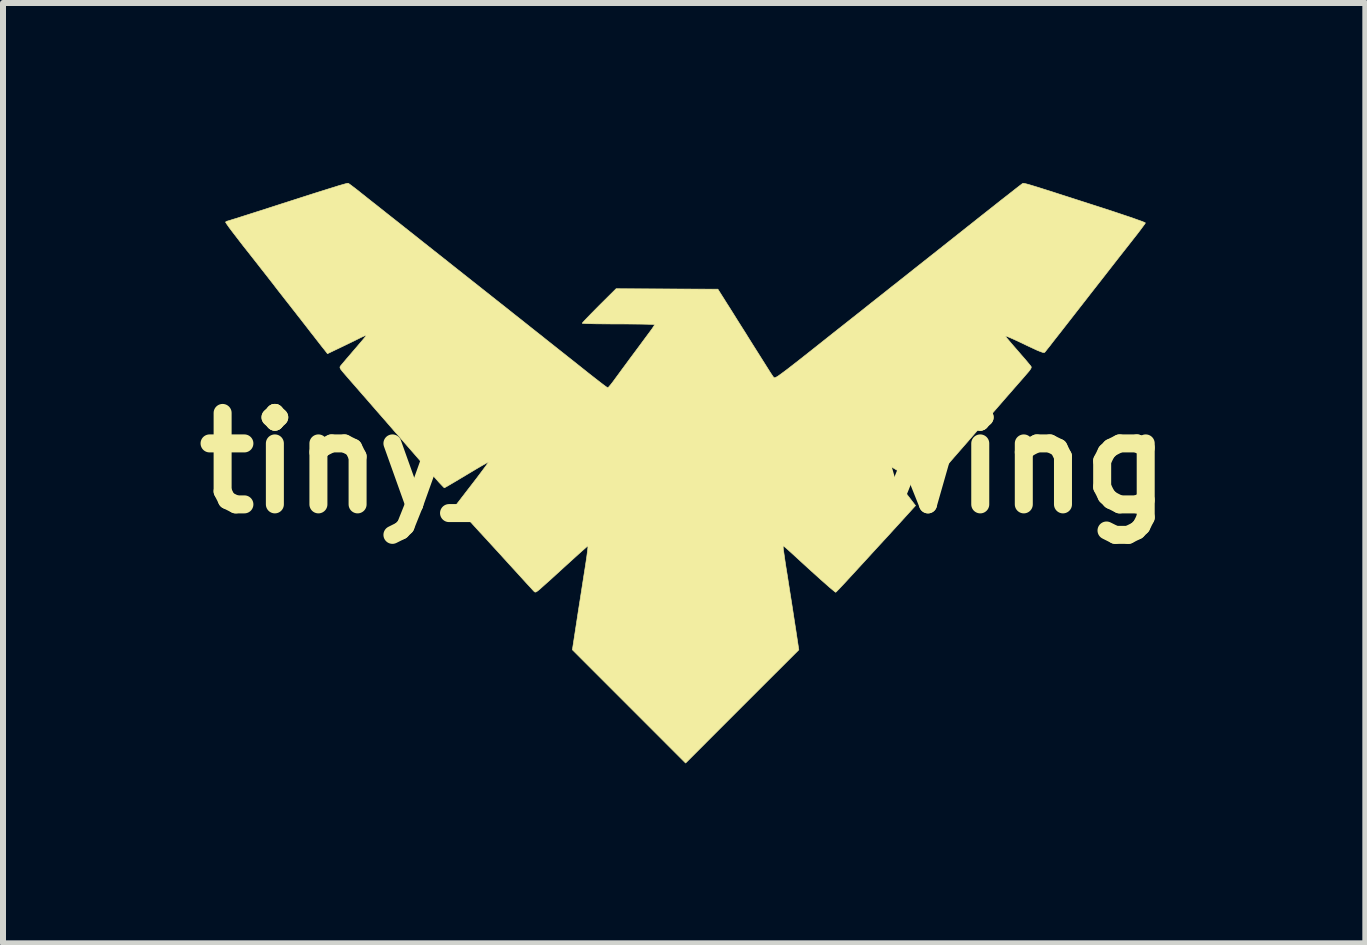
<source format=kicad_pcb>
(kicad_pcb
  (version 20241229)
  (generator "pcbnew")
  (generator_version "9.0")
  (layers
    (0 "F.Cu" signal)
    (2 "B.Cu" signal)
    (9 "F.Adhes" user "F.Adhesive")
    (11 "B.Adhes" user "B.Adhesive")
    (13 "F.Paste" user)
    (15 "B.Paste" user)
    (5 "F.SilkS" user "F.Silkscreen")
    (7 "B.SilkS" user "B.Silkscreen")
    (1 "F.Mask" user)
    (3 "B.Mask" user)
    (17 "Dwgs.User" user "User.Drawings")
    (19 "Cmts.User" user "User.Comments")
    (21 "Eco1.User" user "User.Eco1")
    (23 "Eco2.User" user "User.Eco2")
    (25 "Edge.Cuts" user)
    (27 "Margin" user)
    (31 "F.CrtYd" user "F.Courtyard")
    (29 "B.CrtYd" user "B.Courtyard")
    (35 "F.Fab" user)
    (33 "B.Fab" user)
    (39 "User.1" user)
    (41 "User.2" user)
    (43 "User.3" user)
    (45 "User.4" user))
  (footprint "tiny_nightwing"
    (layer "F.Cu")
    (at 8.353 4.667)
    (property "Reference" "tiny_nightwing" (at 0 0 0) (layer "F.SilkS") (effects (font (size 1.524 1.524) (thickness 0.3))))
    (attr through_hole)
    (fp_poly (pts (xy -5.598 -4.662) (xy -5.58 -4.65) (xy -5.542 -4.622) (xy -5.489 -4.582) (xy -5.426 -4.533) (xy -5.403 -4.514) (xy -5.333 -4.459) (xy -5.267 -4.406) (xy -5.211 -4.362) (xy -5.171 -4.33) (xy -5.165 -4.326) (xy -5.142 -4.308) (xy -5.097 -4.272) (xy -5.031 -4.22) (xy -4.947 -4.153) (xy -4.848 -4.075) (xy -4.735 -3.986) (xy -4.612 -3.888) (xy -4.48 -3.784) (xy -4.342 -3.674) (xy -4.326 -3.662) (xy -4.171 -3.539) (xy -4.009 -3.411) (xy -3.844 -3.28) (xy -3.681 -3.151) (xy -3.523 -3.026) (xy -3.375 -2.909) (xy -3.241 -2.803) (xy -3.126 -2.712) (xy -3.073 -2.67) (xy -2.955 -2.577) (xy -2.836 -2.482) (xy -2.719 -2.39) (xy -2.61 -2.303) (xy -2.513 -2.226) (xy -2.432 -2.162) (xy -2.382 -2.123) (xy -2.295 -2.053) (xy -2.2 -1.978) (xy -2.108 -1.905) (xy -2.027 -1.841) (xy -2 -1.82) (xy -1.935 -1.768) (xy -1.851 -1.702) (xy -1.757 -1.627) (xy -1.66 -1.55) (xy -1.566 -1.475) (xy -1.56 -1.471) (xy -1.48 -1.408) (xy -1.408 -1.352) (xy -1.348 -1.306) (xy -1.303 -1.273) (xy -1.278 -1.256) (xy -1.274 -1.254) (xy -1.259 -1.266) (xy -1.231 -1.298) (xy -1.195 -1.344) (xy -1.182 -1.361) (xy -1.15 -1.405) (xy -1.102 -1.47) (xy -1.043 -1.551) (xy -0.974 -1.644) (xy -0.9 -1.745) (xy -0.823 -1.848) (xy -0.748 -1.949) (xy -0.678 -2.044) (xy -0.615 -2.129) (xy -0.569 -2.191) (xy -0.533 -2.24) (xy -0.507 -2.28) (xy -0.493 -2.303) (xy -0.492 -2.306) (xy -0.508 -2.309) (xy -0.551 -2.311) (xy -0.62 -2.313) (xy -0.709 -2.315) (xy -0.817 -2.316) (xy -0.939 -2.317) (xy -1.073 -2.318) (xy -1.095 -2.318) (xy -1.23 -2.318) (xy -1.355 -2.319) (xy -1.465 -2.32) (xy -1.558 -2.322) (xy -1.63 -2.324) (xy -1.678 -2.327) (xy -1.698 -2.329) (xy -1.699 -2.33) (xy -1.688 -2.344) (xy -1.658 -2.377) (xy -1.611 -2.426) (xy -1.55 -2.489) (xy -1.479 -2.561) (xy -1.417 -2.624) (xy -1.134 -2.905) (xy -0.286 -2.901) (xy 0.562 -2.897) (xy 0.672 -2.723) (xy 0.709 -2.664) (xy 0.76 -2.584) (xy 0.821 -2.487) (xy 0.889 -2.378) (xy 0.961 -2.264) (xy 1.034 -2.149) (xy 1.052 -2.119) (xy 1.146 -1.969) (xy 1.225 -1.844) (xy 1.29 -1.741) (xy 1.343 -1.657) (xy 1.384 -1.592) (xy 1.416 -1.541) (xy 1.44 -1.503) (xy 1.458 -1.476) (xy 1.47 -1.458) (xy 1.479 -1.445) (xy 1.486 -1.436) (xy 1.492 -1.428) (xy 1.498 -1.423) (xy 1.506 -1.421) (xy 1.519 -1.424) (xy 1.538 -1.433) (xy 1.565 -1.449) (xy 1.601 -1.475) (xy 1.649 -1.51) (xy 1.711 -1.556) (xy 1.787 -1.615) (xy 1.881 -1.688) (xy 1.993 -1.776) (xy 2.126 -1.881) (xy 2.281 -2.004) (xy 2.349 -2.058) (xy 2.504 -2.181) (xy 2.661 -2.305) (xy 2.818 -2.429) (xy 2.97 -2.549) (xy 3.114 -2.664) (xy 3.247 -2.769) (xy 3.366 -2.863) (xy 3.466 -2.943) (xy 3.546 -3.005) (xy 3.548 -3.007) (xy 3.626 -3.069) (xy 3.726 -3.148) (xy 3.843 -3.241) (xy 3.976 -3.346) (xy 4.12 -3.46) (xy 4.272 -3.58) (xy 4.428 -3.704) (xy 4.586 -3.829) (xy 4.742 -3.953) (xy 4.758 -3.965) (xy 4.901 -4.079) (xy 5.038 -4.187) (xy 5.166 -4.288) (xy 5.282 -4.38) (xy 5.386 -4.461) (xy 5.474 -4.53) (xy 5.545 -4.586) (xy 5.596 -4.625) (xy 5.626 -4.648) (xy 5.632 -4.653) (xy 5.637 -4.656) (xy 5.642 -4.659) (xy 5.649 -4.661) (xy 5.66 -4.661) (xy 5.676 -4.658) (xy 5.7 -4.653) (xy 5.734 -4.644) (xy 5.779 -4.631) (xy 5.838 -4.613) (xy 5.913 -4.59) (xy 6.004 -4.561) (xy 6.116 -4.526) (xy 6.248 -4.483) (xy 6.404 -4.433) (xy 6.584 -4.375) (xy 6.792 -4.308) (xy 6.929 -4.264) (xy 7.081 -4.215) (xy 7.222 -4.168) (xy 7.35 -4.125) (xy 7.461 -4.088) (xy 7.552 -4.055) (xy 7.623 -4.03) (xy 7.668 -4.012) (xy 7.687 -4.002) (xy 7.687 -4.001) (xy 7.677 -3.984) (xy 7.649 -3.946) (xy 7.609 -3.892) (xy 7.559 -3.826) (xy 7.512 -3.766) (xy 7.393 -3.614) (xy 7.259 -3.444) (xy 7.11 -3.253) (xy 6.944 -3.04) (xy 6.76 -2.805) (xy 6.684 -2.707) (xy 6.552 -2.538) (xy 6.439 -2.393) (xy 6.343 -2.27) (xy 6.262 -2.166) (xy 6.195 -2.081) (xy 6.141 -2.012) (xy 6.099 -1.957) (xy 6.066 -1.916) (xy 6.042 -1.886) (xy 6.026 -1.865) (xy 6.015 -1.852) (xy 6.009 -1.845) (xy 5.998 -1.841) (xy 5.975 -1.844) (xy 5.938 -1.857) (xy 5.883 -1.879) (xy 5.808 -1.914) (xy 5.709 -1.96) (xy 5.662 -1.983) (xy 5.561 -2.031) (xy 5.478 -2.069) (xy 5.413 -2.097) (xy 5.371 -2.113) (xy 5.353 -2.116) (xy 5.353 -2.113) (xy 5.37 -2.092) (xy 5.404 -2.052) (xy 5.451 -1.996) (xy 5.508 -1.93) (xy 5.564 -1.866) (xy 5.626 -1.794) (xy 5.683 -1.729) (xy 5.729 -1.674) (xy 5.761 -1.635) (xy 5.776 -1.617) (xy 5.783 -1.606) (xy 5.785 -1.595) (xy 5.781 -1.58) (xy 5.768 -1.558) (xy 5.744 -1.526) (xy 5.705 -1.481) (xy 5.651 -1.418) (xy 5.579 -1.336) (xy 5.57 -1.326) (xy 5.545 -1.297) (xy 5.501 -1.247) (xy 5.442 -1.179) (xy 5.368 -1.095) (xy 5.284 -0.998) (xy 5.19 -0.89) (xy 5.09 -0.776) (xy 4.986 -0.656) (xy 4.881 -0.535) (xy 4.776 -0.414) (xy 4.674 -0.297) (xy 4.577 -0.186) (xy 4.488 -0.084) (xy 4.41 0.006) (xy 4.344 0.082) (xy 4.342 0.084) (xy 4.267 0.17) (xy 4.199 0.248) (xy 4.139 0.314) (xy 4.092 0.366) (xy 4.06 0.4) (xy 4.045 0.413) (xy 4.045 0.413) (xy 4.029 0.405) (xy 3.989 0.383) (xy 3.93 0.348) (xy 3.855 0.304) (xy 3.768 0.253) (xy 3.695 0.209) (xy 3.6 0.151) (xy 3.512 0.099) (xy 3.436 0.053) (xy 3.376 0.017) (xy 3.335 -0.007) (xy 3.32 -0.015) (xy 3.312 -0.013) (xy 3.325 0.012) (xy 3.358 0.06) (xy 3.404 0.122) (xy 3.458 0.191) (xy 3.524 0.277) (xy 3.595 0.369) (xy 3.664 0.46) (xy 3.69 0.494) (xy 3.856 0.71) (xy 3.569 1.026) (xy 3.482 1.121) (xy 3.393 1.219) (xy 3.306 1.313) (xy 3.227 1.399) (xy 3.161 1.471) (xy 3.127 1.508) (xy 3.065 1.576) (xy 2.989 1.659) (xy 2.904 1.751) (xy 2.82 1.843) (xy 2.755 1.913) (xy 2.689 1.985) (xy 2.629 2.049) (xy 2.58 2.101) (xy 2.545 2.137) (xy 2.527 2.154) (xy 2.526 2.155) (xy 2.512 2.146) (xy 2.477 2.117) (xy 2.423 2.072) (xy 2.354 2.011) (xy 2.271 1.938) (xy 2.178 1.854) (xy 2.076 1.762) (xy 1.969 1.664) (xy 1.858 1.562) (xy 1.787 1.497) (xy 1.735 1.45) (xy 1.692 1.412) (xy 1.662 1.388) (xy 1.651 1.381) (xy 1.65 1.384) (xy 1.649 1.394) (xy 1.651 1.414) (xy 1.654 1.446) (xy 1.661 1.492) (xy 1.67 1.555) (xy 1.682 1.638) (xy 1.698 1.743) (xy 1.719 1.872) (xy 1.743 2.027) (xy 1.77 2.199) (xy 1.786 2.299) (xy 1.805 2.42) (xy 1.825 2.551) (xy 1.845 2.681) (xy 1.861 2.783) (xy 1.911 3.114) (xy 0.967 4.057) (xy 0.024 5.001) (xy -1.863 3.113) (xy -1.788 2.624) (xy -1.766 2.479) (xy -1.741 2.321) (xy -1.716 2.161) (xy -1.692 2.006) (xy -1.67 1.865) (xy -1.653 1.758) (xy -1.637 1.653) (xy -1.623 1.559) (xy -1.613 1.481) (xy -1.606 1.423) (xy -1.603 1.389) (xy -1.603 1.381) (xy -1.617 1.391) (xy -1.651 1.421) (xy -1.702 1.466) (xy -1.768 1.525) (xy -1.845 1.595) (xy -1.931 1.673) (xy -1.961 1.7) (xy -2.054 1.785) (xy -2.143 1.866) (xy -2.225 1.941) (xy -2.297 2.005) (xy -2.353 2.055) (xy -2.39 2.088) (xy -2.394 2.092) (xy -2.438 2.129) (xy -2.466 2.148) (xy -2.484 2.152) (xy -2.499 2.143) (xy -2.507 2.134) (xy -2.526 2.114) (xy -2.562 2.074) (xy -2.614 2.018) (xy -2.677 1.949) (xy -2.748 1.871) (xy -2.807 1.806) (xy -2.895 1.71) (xy -2.997 1.598) (xy -3.107 1.477) (xy -3.22 1.354) (xy -3.328 1.236) (xy -3.403 1.155) (xy -3.486 1.064) (xy -3.564 0.978) (xy -3.634 0.901) (xy -3.692 0.837) (xy -3.736 0.788) (xy -3.763 0.758) (xy -3.767 0.754) (xy -3.807 0.706) (xy -3.532 0.349) (xy -3.461 0.257) (xy -3.398 0.173) (xy -3.344 0.101) (xy -3.302 0.044) (xy -3.274 0.005) (xy -3.263 -0.013) (xy -3.263 -0.014) (xy -3.278 -0.008) (xy -3.316 0.013) (xy -3.374 0.046) (xy -3.448 0.089) (xy -3.535 0.141) (xy -3.627 0.196) (xy -3.724 0.254) (xy -3.811 0.306) (xy -3.886 0.35) (xy -3.944 0.384) (xy -3.983 0.406) (xy -3.998 0.413) (xy -4.011 0.401) (xy -4.042 0.369) (xy -4.088 0.32) (xy -4.144 0.256) (xy -4.209 0.183) (xy -4.239 0.147) (xy -4.312 0.064) (xy -4.399 -0.037) (xy -4.497 -0.15) (xy -4.6 -0.268) (xy -4.702 -0.385) (xy -4.798 -0.496) (xy -4.802 -0.499) (xy -4.896 -0.608) (xy -4.996 -0.723) (xy -5.096 -0.837) (xy -5.191 -0.946) (xy -5.275 -1.043) (xy -5.344 -1.122) (xy -5.349 -1.127) (xy -5.421 -1.21) (xy -5.493 -1.293) (xy -5.56 -1.369) (xy -5.616 -1.434) (xy -5.656 -1.48) (xy -5.657 -1.481) (xy -5.701 -1.533) (xy -5.727 -1.567) (xy -5.737 -1.59) (xy -5.734 -1.607) (xy -5.729 -1.615) (xy -5.712 -1.636) (xy -5.678 -1.676) (xy -5.631 -1.732) (xy -5.574 -1.798) (xy -5.517 -1.865) (xy -5.454 -1.938) (xy -5.398 -2.004) (xy -5.351 -2.059) (xy -5.318 -2.099) (xy -5.303 -2.117) (xy -5.303 -2.126) (xy -5.33 -2.118) (xy -5.384 -2.094) (xy -5.424 -2.074) (xy -5.498 -2.037) (xy -5.589 -1.993) (xy -5.684 -1.947) (xy -5.757 -1.912) (xy -5.945 -1.822) (xy -5.98 -1.868) (xy -6.002 -1.896) (xy -6.04 -1.943) (xy -6.088 -2.005) (xy -6.142 -2.074) (xy -6.171 -2.112) (xy -6.228 -2.184) (xy -6.281 -2.253) (xy -6.326 -2.311) (xy -6.359 -2.353) (xy -6.369 -2.366) (xy -6.394 -2.399) (xy -6.435 -2.45) (xy -6.484 -2.514) (xy -6.538 -2.582) (xy -6.548 -2.596) (xy -6.613 -2.678) (xy -6.688 -2.774) (xy -6.764 -2.871) (xy -6.831 -2.958) (xy -6.831 -2.959) (xy -6.897 -3.043) (xy -6.97 -3.137) (xy -7.041 -3.227) (xy -7.102 -3.305) (xy -7.104 -3.308) (xy -7.24 -3.481) (xy -7.357 -3.629) (xy -7.453 -3.754) (xy -7.53 -3.854) (xy -7.587 -3.93) (xy -7.624 -3.983) (xy -7.642 -4.011) (xy -7.643 -4.017) (xy -7.624 -4.029) (xy -7.6 -4.036) (xy -7.578 -4.042) (xy -7.529 -4.058) (xy -7.456 -4.08) (xy -7.363 -4.11) (xy -7.253 -4.145) (xy -7.131 -4.184) (xy -6.998 -4.226) (xy -6.937 -4.246) (xy -6.702 -4.322) (xy -6.496 -4.388) (xy -6.316 -4.446) (xy -6.16 -4.496) (xy -6.029 -4.537) (xy -5.918 -4.572) (xy -5.827 -4.6) (xy -5.755 -4.623) (xy -5.698 -4.639) (xy -5.656 -4.651) (xy -5.626 -4.659) (xy -5.608 -4.662) (xy -5.599 -4.662) (xy -5.598 -4.662)) (stroke (width 0.01) (type solid)) (fill yes) (layer "F.SilkS")))
  (gr_rect
    (start -3 -3)
    (end 19.706 12.673)
    (stroke (width 0.1) (type default))
    (fill no)
    (layer "Edge.Cuts")))
</source>
